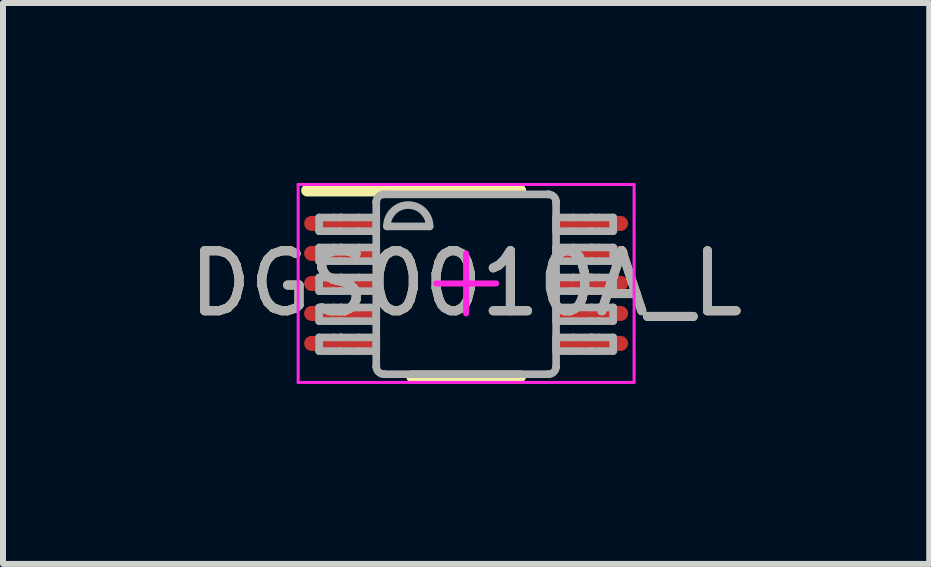
<source format=kicad_pcb>
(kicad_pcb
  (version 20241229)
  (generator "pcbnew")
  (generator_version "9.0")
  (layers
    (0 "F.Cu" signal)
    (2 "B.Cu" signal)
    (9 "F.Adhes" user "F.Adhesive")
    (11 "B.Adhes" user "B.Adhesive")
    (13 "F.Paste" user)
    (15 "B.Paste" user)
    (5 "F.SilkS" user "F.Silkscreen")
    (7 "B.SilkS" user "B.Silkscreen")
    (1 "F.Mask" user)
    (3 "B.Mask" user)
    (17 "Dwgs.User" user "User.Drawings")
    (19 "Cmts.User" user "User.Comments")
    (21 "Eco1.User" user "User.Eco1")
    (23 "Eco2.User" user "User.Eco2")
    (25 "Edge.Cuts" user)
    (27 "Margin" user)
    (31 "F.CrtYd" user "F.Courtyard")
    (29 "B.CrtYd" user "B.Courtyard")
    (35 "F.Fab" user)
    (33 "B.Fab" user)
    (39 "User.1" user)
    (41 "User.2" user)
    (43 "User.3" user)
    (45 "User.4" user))
  (footprint "DGS0010A_L"
    (layer "F.Cu")
    (at 4.72 1.675)
    (property "Reference" "DGS0010A_L" (at 0 0 0) (unlocked yes) (layer "F.SilkS") (effects (font (size 1 1) (thickness 0.15))))
    (attr smd)
    (fp_line (start -2.65 -1.55) (end 0.9 -1.55) (stroke (width 0.2) (type solid)) (layer "F.SilkS"))
    (fp_line (start -0.9 1.55) (end 0.9 1.55) (stroke (width 0.2) (type solid)) (layer "F.SilkS"))
    (fp_line (start -2.8 -1.65) (end 2.8 -1.65) (stroke (width 0.05) (type solid)) (layer "F.CrtYd"))
    (fp_line (start -2.8 1.65) (end -2.8 -1.65) (stroke (width 0.05) (type solid)) (layer "F.CrtYd"))
    (fp_line (start -2.8 1.65) (end 2.8 1.65) (stroke (width 0.05) (type solid)) (layer "F.CrtYd"))
    (fp_line (start -0.5 0.000003) (end 0.5 0.000003) (stroke (width 0.1) (type solid)) (layer "F.CrtYd"))
    (fp_line (start 0 0.5) (end 0 -0.5) (stroke (width 0.1) (type solid)) (layer "F.CrtYd"))
    (fp_line (start 2.8 1.65) (end 2.8 -1.65) (stroke (width 0.05) (type solid)) (layer "F.CrtYd"))
    (fp_line (start -2.45 -1.1) (end -2.21 -1.1) (stroke (width 0.127) (type solid)) (layer "F.Fab"))
    (fp_line (start -2.45 -0.871) (end -2.45 -1.1) (stroke (width 0.127) (type solid)) (layer "F.Fab"))
    (fp_line (start -2.45 -0.871) (end -2.21 -0.871) (stroke (width 0.127) (type solid)) (layer "F.Fab"))
    (fp_line (start -2.45 -0.6) (end -2.21 -0.6) (stroke (width 0.127) (type solid)) (layer "F.Fab"))
    (fp_line (start -2.45 -0.372) (end -2.45 -0.6) (stroke (width 0.127) (type solid)) (layer "F.Fab"))
    (fp_line (start -2.45 -0.372) (end -2.21 -0.372) (stroke (width 0.127) (type solid)) (layer "F.Fab"))
    (fp_line (start -2.45 -0.1) (end -2.21 -0.1) (stroke (width 0.127) (type solid)) (layer "F.Fab"))
    (fp_line (start -2.45 0.128) (end -2.45 -0.1) (stroke (width 0.127) (type solid)) (layer "F.Fab"))
    (fp_line (start -2.45 0.128) (end -2.21 0.128) (stroke (width 0.127) (type solid)) (layer "F.Fab"))
    (fp_line (start -2.45 0.4) (end -2.21 0.4) (stroke (width 0.127) (type solid)) (layer "F.Fab"))
    (fp_line (start -2.45 0.628) (end -2.45 0.4) (stroke (width 0.127) (type solid)) (layer "F.Fab"))
    (fp_line (start -2.45 0.628) (end -2.21 0.628) (stroke (width 0.127) (type solid)) (layer "F.Fab"))
    (fp_line (start -2.45 0.899) (end -2.21 0.899) (stroke (width 0.127) (type solid)) (layer "F.Fab"))
    (fp_line (start -2.45 1.128) (end -2.45 0.899) (stroke (width 0.127) (type solid)) (layer "F.Fab"))
    (fp_line (start -2.45 1.128) (end -2.21 1.128) (stroke (width 0.127) (type solid)) (layer "F.Fab"))
    (fp_line (start -2.21 -1.1) (end -2.09 -1.1) (stroke (width 0.127) (type solid)) (layer "F.Fab"))
    (fp_line (start -2.21 -0.871) (end -2.09 -0.871) (stroke (width 0.127) (type solid)) (layer "F.Fab"))
    (fp_line (start -2.21 -0.6) (end -2.09 -0.6) (stroke (width 0.127) (type solid)) (layer "F.Fab"))
    (fp_line (start -2.21 -0.372) (end -2.09 -0.372) (stroke (width 0.127) (type solid)) (layer "F.Fab"))
    (fp_line (start -2.21 -0.1) (end -2.09 -0.1) (stroke (width 0.127) (type solid)) (layer "F.Fab"))
    (fp_line (start -2.21 0.128) (end -2.09 0.128) (stroke (width 0.127) (type solid)) (layer "F.Fab"))
    (fp_line (start -2.21 0.4) (end -2.09 0.4) (stroke (width 0.127) (type solid)) (layer "F.Fab"))
    (fp_line (start -2.21 0.628) (end -2.09 0.628) (stroke (width 0.127) (type solid)) (layer "F.Fab"))
    (fp_line (start -2.21 0.899) (end -2.09 0.899) (stroke (width 0.127) (type solid)) (layer "F.Fab"))
    (fp_line (start -2.21 1.128) (end -2.09 1.128) (stroke (width 0.127) (type solid)) (layer "F.Fab"))
    (fp_line (start -2.09 -1.1) (end -2.087 -1.1) (stroke (width 0.127) (type solid)) (layer "F.Fab"))
    (fp_line (start -2.09 -0.871) (end -2.087 -0.871) (stroke (width 0.127) (type solid)) (layer "F.Fab"))
    (fp_line (start -2.09 -0.6) (end -2.087 -0.6) (stroke (width 0.127) (type solid)) (layer "F.Fab"))
    (fp_line (start -2.09 -0.372) (end -2.087 -0.372) (stroke (width 0.127) (type solid)) (layer "F.Fab"))
    (fp_line (start -2.09 -0.1) (end -2.087 -0.1) (stroke (width 0.127) (type solid)) (layer "F.Fab"))
    (fp_line (start -2.09 0.128) (end -2.087 0.128) (stroke (width 0.127) (type solid)) (layer "F.Fab"))
    (fp_line (start -2.09 0.4) (end -2.087 0.4) (stroke (width 0.127) (type solid)) (layer "F.Fab"))
    (fp_line (start -2.09 0.628) (end -2.087 0.628) (stroke (width 0.127) (type solid)) (layer "F.Fab"))
    (fp_line (start -2.09 0.899) (end -2.087 0.899) (stroke (width 0.127) (type solid)) (layer "F.Fab"))
    (fp_line (start -2.09 1.128) (end -2.087 1.128) (stroke (width 0.127) (type solid)) (layer "F.Fab"))
    (fp_line (start -2.087 -1.1) (end -1.784 -1.1) (stroke (width 0.127) (type solid)) (layer "F.Fab"))
    (fp_line (start -2.087 -0.871) (end -1.784 -0.871) (stroke (width 0.127) (type solid)) (layer "F.Fab"))
    (fp_line (start -2.087 -0.6) (end -1.784 -0.6) (stroke (width 0.127) (type solid)) (layer "F.Fab"))
    (fp_line (start -2.087 -0.372) (end -1.784 -0.372) (stroke (width 0.127) (type solid)) (layer "F.Fab"))
    (fp_line (start -2.087 -0.1) (end -1.784 -0.1) (stroke (width 0.127) (type solid)) (layer "F.Fab"))
    (fp_line (start -2.087 0.128) (end -1.784 0.128) (stroke (width 0.127) (type solid)) (layer "F.Fab"))
    (fp_line (start -2.087 0.4) (end -1.784 0.4) (stroke (width 0.127) (type solid)) (layer "F.Fab"))
    (fp_line (start -2.087 0.628) (end -1.784 0.628) (stroke (width 0.127) (type solid)) (layer "F.Fab"))
    (fp_line (start -2.087 0.899) (end -1.784 0.899) (stroke (width 0.127) (type solid)) (layer "F.Fab"))
    (fp_line (start -2.087 1.128) (end -1.784 1.128) (stroke (width 0.127) (type solid)) (layer "F.Fab"))
    (fp_line (start -1.784 -1.1) (end -1.498 -1.1) (stroke (width 0.127) (type solid)) (layer "F.Fab"))
    (fp_line (start -1.784 -0.871) (end -1.498 -0.871) (stroke (width 0.127) (type solid)) (layer "F.Fab"))
    (fp_line (start -1.784 -0.6) (end -1.498 -0.6) (stroke (width 0.127) (type solid)) (layer "F.Fab"))
    (fp_line (start -1.784 -0.372) (end -1.498 -0.372) (stroke (width 0.127) (type solid)) (layer "F.Fab"))
    (fp_line (start -1.784 -0.1) (end -1.498 -0.1) (stroke (width 0.127) (type solid)) (layer "F.Fab"))
    (fp_line (start -1.784 0.128) (end -1.498 0.128) (stroke (width 0.127) (type solid)) (layer "F.Fab"))
    (fp_line (start -1.784 0.4) (end -1.498 0.4) (stroke (width 0.127) (type solid)) (layer "F.Fab"))
    (fp_line (start -1.784 0.628) (end -1.498 0.628) (stroke (width 0.127) (type solid)) (layer "F.Fab"))
    (fp_line (start -1.784 0.899) (end -1.498 0.899) (stroke (width 0.127) (type solid)) (layer "F.Fab"))
    (fp_line (start -1.784 1.128) (end -1.498 1.128) (stroke (width 0.127) (type solid)) (layer "F.Fab"))
    (fp_line (start -1.498 -1.358) (end -1.497 -1.36) (stroke (width 0.127) (type solid)) (layer "F.Fab"))
    (fp_line (start -1.498 -0.871) (end -1.498 -1.1) (stroke (width 0.127) (type solid)) (layer "F.Fab"))
    (fp_line (start -1.498 -0.372) (end -1.498 -0.6) (stroke (width 0.127) (type solid)) (layer "F.Fab"))
    (fp_line (start -1.498 0.128) (end -1.498 -0.1) (stroke (width 0.127) (type solid)) (layer "F.Fab"))
    (fp_line (start -1.498 0.628) (end -1.498 0.4) (stroke (width 0.127) (type solid)) (layer "F.Fab"))
    (fp_line (start -1.498 1.128) (end -1.498 0.899) (stroke (width 0.127) (type solid)) (layer "F.Fab"))
    (fp_line (start -1.498 1.386) (end -1.498 -1.358) (stroke (width 0.127) (type solid)) (layer "F.Fab"))
    (fp_line (start -1.498 1.386) (end -1.497 1.388) (stroke (width 0.127) (type solid)) (layer "F.Fab"))
    (fp_line (start -1.373 -1.485) (end -1.371 -1.485) (stroke (width 0.127) (type solid)) (layer "F.Fab"))
    (fp_line (start -1.373 1.513) (end -1.371 1.513) (stroke (width 0.127) (type solid)) (layer "F.Fab"))
    (fp_line (start -1.371 -1.485) (end 1.373 -1.485) (stroke (width 0.127) (type solid)) (layer "F.Fab"))
    (fp_line (start -1.371 1.513) (end 1.373 1.513) (stroke (width 0.127) (type solid)) (layer "F.Fab"))
    (fp_line (start -1.32 -0.951) (end -0.609 -0.951) (stroke (width 0.127) (type solid)) (layer "F.Fab"))
    (fp_line (start 1.373 -1.485) (end 1.375 -1.485) (stroke (width 0.127) (type solid)) (layer "F.Fab"))
    (fp_line (start 1.373 1.513) (end 1.375 1.513) (stroke (width 0.127) (type solid)) (layer "F.Fab"))
    (fp_line (start 1.5 -1.36) (end 1.5 -1.358) (stroke (width 0.127) (type solid)) (layer "F.Fab"))
    (fp_line (start 1.5 1.388) (end 1.5 1.386) (stroke (width 0.127) (type solid)) (layer "F.Fab"))
    (fp_line (start 1.5 -1.1) (end 1.786 -1.1) (stroke (width 0.127) (type solid)) (layer "F.Fab"))
    (fp_line (start 1.5 -0.871) (end 1.5 -1.1) (stroke (width 0.127) (type solid)) (layer "F.Fab"))
    (fp_line (start 1.5 -0.871) (end 1.786 -0.871) (stroke (width 0.127) (type solid)) (layer "F.Fab"))
    (fp_line (start 1.5 -0.6) (end 1.786 -0.6) (stroke (width 0.127) (type solid)) (layer "F.Fab"))
    (fp_line (start 1.5 -0.372) (end 1.5 -0.6) (stroke (width 0.127) (type solid)) (layer "F.Fab"))
    (fp_line (start 1.5 -0.372) (end 1.786 -0.372) (stroke (width 0.127) (type solid)) (layer "F.Fab"))
    (fp_line (start 1.5 -0.1) (end 1.786 -0.1) (stroke (width 0.127) (type solid)) (layer "F.Fab"))
    (fp_line (start 1.5 0.128) (end 1.5 -0.1) (stroke (width 0.127) (type solid)) (layer "F.Fab"))
    (fp_line (start 1.5 0.128) (end 1.786 0.128) (stroke (width 0.127) (type solid)) (layer "F.Fab"))
    (fp_line (start 1.5 0.4) (end 1.786 0.4) (stroke (width 0.127) (type solid)) (layer "F.Fab"))
    (fp_line (start 1.5 0.628) (end 1.5 0.4) (stroke (width 0.127) (type solid)) (layer "F.Fab"))
    (fp_line (start 1.5 0.628) (end 1.786 0.628) (stroke (width 0.127) (type solid)) (layer "F.Fab"))
    (fp_line (start 1.5 0.899) (end 1.786 0.899) (stroke (width 0.127) (type solid)) (layer "F.Fab"))
    (fp_line (start 1.5 1.128) (end 1.5 0.899) (stroke (width 0.127) (type solid)) (layer "F.Fab"))
    (fp_line (start 1.5 1.128) (end 1.786 1.128) (stroke (width 0.127) (type solid)) (layer "F.Fab"))
    (fp_line (start 1.5 1.386) (end 1.5 -1.358) (stroke (width 0.127) (type solid)) (layer "F.Fab"))
    (fp_line (start 1.786 -1.1) (end 2.089 -1.1) (stroke (width 0.127) (type solid)) (layer "F.Fab"))
    (fp_line (start 1.786 -0.871) (end 2.089 -0.871) (stroke (width 0.127) (type solid)) (layer "F.Fab"))
    (fp_line (start 1.786 -0.6) (end 2.089 -0.6) (stroke (width 0.127) (type solid)) (layer "F.Fab"))
    (fp_line (start 1.786 -0.372) (end 2.089 -0.372) (stroke (width 0.127) (type solid)) (layer "F.Fab"))
    (fp_line (start 1.786 -0.1) (end 2.089 -0.1) (stroke (width 0.127) (type solid)) (layer "F.Fab"))
    (fp_line (start 1.786 0.128) (end 2.089 0.128) (stroke (width 0.127) (type solid)) (layer "F.Fab"))
    (fp_line (start 1.786 0.4) (end 2.089 0.4) (stroke (width 0.127) (type solid)) (layer "F.Fab"))
    (fp_line (start 1.786 0.628) (end 2.089 0.628) (stroke (width 0.127) (type solid)) (layer "F.Fab"))
    (fp_line (start 1.786 0.899) (end 2.089 0.899) (stroke (width 0.127) (type solid)) (layer "F.Fab"))
    (fp_line (start 1.786 1.128) (end 2.089 1.128) (stroke (width 0.127) (type solid)) (layer "F.Fab"))
    (fp_line (start 2.089 -1.1) (end 2.093 -1.1) (stroke (width 0.127) (type solid)) (layer "F.Fab"))
    (fp_line (start 2.089 -0.871) (end 2.093 -0.871) (stroke (width 0.127) (type solid)) (layer "F.Fab"))
    (fp_line (start 2.089 -0.6) (end 2.093 -0.6) (stroke (width 0.127) (type solid)) (layer "F.Fab"))
    (fp_line (start 2.089 -0.372) (end 2.093 -0.372) (stroke (width 0.127) (type solid)) (layer "F.Fab"))
    (fp_line (start 2.089 -0.1) (end 2.093 -0.1) (stroke (width 0.127) (type solid)) (layer "F.Fab"))
    (fp_line (start 2.089 0.128) (end 2.093 0.128) (stroke (width 0.127) (type solid)) (layer "F.Fab"))
    (fp_line (start 2.089 0.4) (end 2.093 0.4) (stroke (width 0.127) (type solid)) (layer "F.Fab"))
    (fp_line (start 2.089 0.628) (end 2.093 0.628) (stroke (width 0.127) (type solid)) (layer "F.Fab"))
    (fp_line (start 2.089 0.899) (end 2.093 0.899) (stroke (width 0.127) (type solid)) (layer "F.Fab"))
    (fp_line (start 2.089 1.128) (end 2.093 1.128) (stroke (width 0.127) (type solid)) (layer "F.Fab"))
    (fp_line (start 2.093 -1.1) (end 2.213 -1.1) (stroke (width 0.127) (type solid)) (layer "F.Fab"))
    (fp_line (start 2.093 -0.871) (end 2.213 -0.871) (stroke (width 0.127) (type solid)) (layer "F.Fab"))
    (fp_line (start 2.093 -0.6) (end 2.213 -0.6) (stroke (width 0.127) (type solid)) (layer "F.Fab"))
    (fp_line (start 2.093 -0.372) (end 2.213 -0.372) (stroke (width 0.127) (type solid)) (layer "F.Fab"))
    (fp_line (start 2.093 -0.1) (end 2.213 -0.1) (stroke (width 0.127) (type solid)) (layer "F.Fab"))
    (fp_line (start 2.093 0.128) (end 2.213 0.128) (stroke (width 0.127) (type solid)) (layer "F.Fab"))
    (fp_line (start 2.093 0.4) (end 2.213 0.4) (stroke (width 0.127) (type solid)) (layer "F.Fab"))
    (fp_line (start 2.093 0.628) (end 2.213 0.628) (stroke (width 0.127) (type solid)) (layer "F.Fab"))
    (fp_line (start 2.093 0.899) (end 2.213 0.899) (stroke (width 0.127) (type solid)) (layer "F.Fab"))
    (fp_line (start 2.093 1.128) (end 2.213 1.128) (stroke (width 0.127) (type solid)) (layer "F.Fab"))
    (fp_line (start 2.213 -1.1) (end 2.452 -1.1) (stroke (width 0.127) (type solid)) (layer "F.Fab"))
    (fp_line (start 2.213 -0.871) (end 2.452 -0.871) (stroke (width 0.127) (type solid)) (layer "F.Fab"))
    (fp_line (start 2.213 -0.6) (end 2.452 -0.6) (stroke (width 0.127) (type solid)) (layer "F.Fab"))
    (fp_line (start 2.213 -0.372) (end 2.452 -0.372) (stroke (width 0.127) (type solid)) (layer "F.Fab"))
    (fp_line (start 2.213 -0.1) (end 2.452 -0.1) (stroke (width 0.127) (type solid)) (layer "F.Fab"))
    (fp_line (start 2.213 0.128) (end 2.452 0.128) (stroke (width 0.127) (type solid)) (layer "F.Fab"))
    (fp_line (start 2.213 0.4) (end 2.452 0.4) (stroke (width 0.127) (type solid)) (layer "F.Fab"))
    (fp_line (start 2.213 0.628) (end 2.452 0.628) (stroke (width 0.127) (type solid)) (layer "F.Fab"))
    (fp_line (start 2.213 0.899) (end 2.452 0.899) (stroke (width 0.127) (type solid)) (layer "F.Fab"))
    (fp_line (start 2.213 1.128) (end 2.452 1.128) (stroke (width 0.127) (type solid)) (layer "F.Fab"))
    (fp_line (start 2.452 -0.871) (end 2.452 -1.1) (stroke (width 0.127) (type solid)) (layer "F.Fab"))
    (fp_line (start 2.452 -0.372) (end 2.452 -0.6) (stroke (width 0.127) (type solid)) (layer "F.Fab"))
    (fp_line (start 2.452 0.128) (end 2.452 -0.1) (stroke (width 0.127) (type solid)) (layer "F.Fab"))
    (fp_line (start 2.452 0.628) (end 2.452 0.4) (stroke (width 0.127) (type solid)) (layer "F.Fab"))
    (fp_line (start 2.452 1.128) (end 2.452 0.899) (stroke (width 0.127) (type solid)) (layer "F.Fab"))
    (fp_arc (start -1.49745 -1.360299) (mid -1.460293 -1.447356) (end -1.373243 -1.484531) (stroke (width 0.127) (type solid)) (layer "F.Fab"))
    (fp_arc (start -1.373243 1.512619) (mid -1.460293 1.475444) (end -1.49745 1.388386) (stroke (width 0.127) (type solid)) (layer "F.Fab"))
    (fp_arc (start -1.3197 -0.951156) (mid -0.9641 -1.306756) (end -0.6085 -0.951156) (stroke (width 0.127) (type solid)) (layer "F.Fab"))
    (fp_arc (start 1.375443 -1.484532) (mid 1.462505 -1.447362) (end 1.499675 -1.360299) (stroke (width 0.127) (type solid)) (layer "F.Fab"))
    (fp_arc (start 1.499675 1.388387) (mid 1.462505 1.475449) (end 1.375443 1.512619) (stroke (width 0.127) (type solid)) (layer "F.Fab"))
    (fp_text user "${REFERENCE}" (at 0 0 0) (unlocked yes) (layer "F.Fab") (effects (font (size 1 1) (thickness 0.15))))
    (pad "1" smd oval (at -2.125 -1 90) (size 0.25 1.15) (layers "F.Cu" "F.Mask" "F.Paste"))
    (pad "2" smd oval (at -2.125 -0.5 90) (size 0.25 1.15) (layers "F.Cu" "F.Mask" "F.Paste"))
    (pad "3" smd oval (at -2.125 0 90) (size 0.25 1.15) (layers "F.Cu" "F.Mask" "F.Paste"))
    (pad "4" smd oval (at -2.125 0.5 90) (size 0.25 1.15) (layers "F.Cu" "F.Mask" "F.Paste"))
    (pad "5" smd oval (at -2.125 1 90) (size 0.25 1.15) (layers "F.Cu" "F.Mask" "F.Paste"))
    (pad "6" smd oval (at 2.125 1 90) (size 0.25 1.15) (layers "F.Cu" "F.Mask" "F.Paste"))
    (pad "7" smd oval (at 2.125 0.5 90) (size 0.25 1.15) (layers "F.Cu" "F.Mask" "F.Paste"))
    (pad "8" smd oval (at 2.125 0 90) (size 0.25 1.15) (layers "F.Cu" "F.Mask" "F.Paste"))
    (pad "9" smd oval (at 2.125 -0.5 90) (size 0.25 1.15) (layers "F.Cu" "F.Mask" "F.Paste"))
    (pad "10" smd oval (at 2.125 -1 90) (size 0.25 1.15) (layers "F.Cu" "F.Mask" "F.Paste")))
  (gr_rect
    (start -3 -3)
    (end 12.44 6.35)
    (stroke (width 0.1) (type default))
    (fill no)
    (layer "Edge.Cuts")))
</source>
